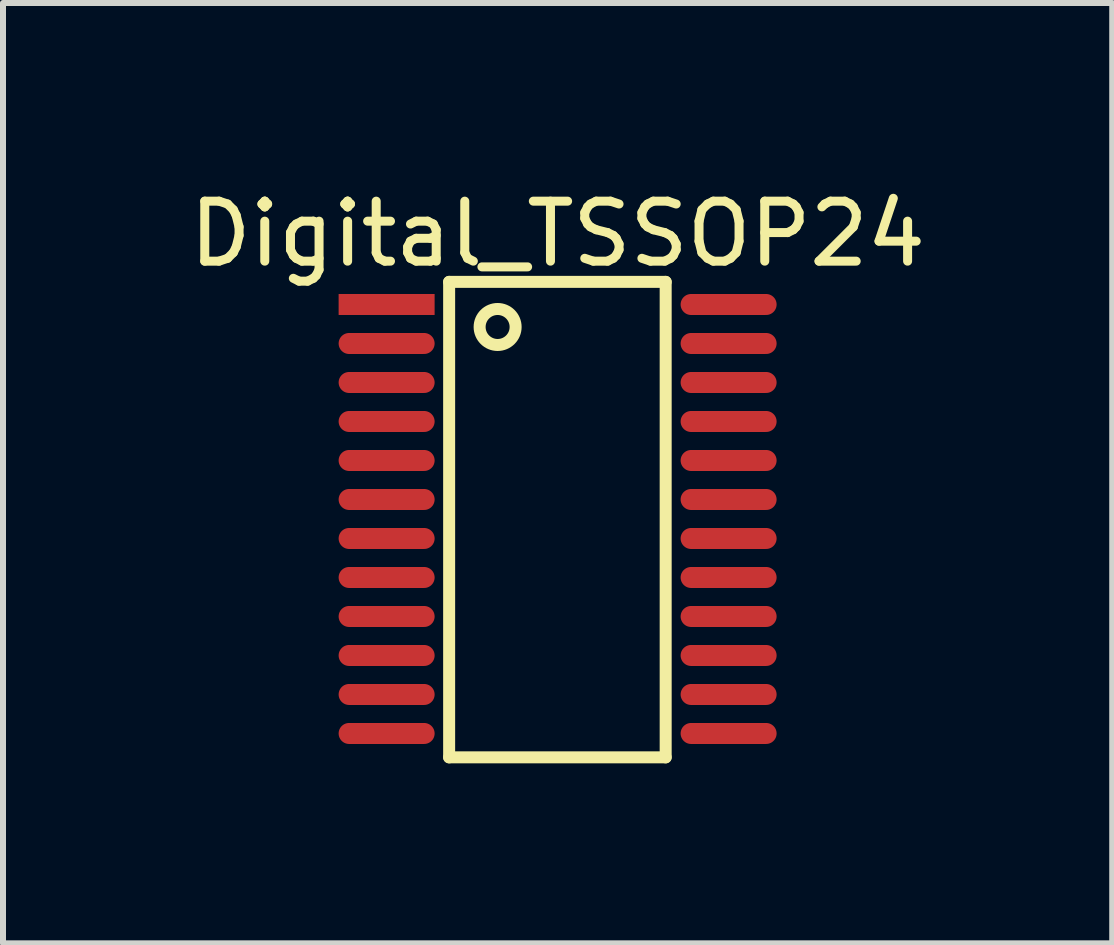
<source format=kicad_pcb>
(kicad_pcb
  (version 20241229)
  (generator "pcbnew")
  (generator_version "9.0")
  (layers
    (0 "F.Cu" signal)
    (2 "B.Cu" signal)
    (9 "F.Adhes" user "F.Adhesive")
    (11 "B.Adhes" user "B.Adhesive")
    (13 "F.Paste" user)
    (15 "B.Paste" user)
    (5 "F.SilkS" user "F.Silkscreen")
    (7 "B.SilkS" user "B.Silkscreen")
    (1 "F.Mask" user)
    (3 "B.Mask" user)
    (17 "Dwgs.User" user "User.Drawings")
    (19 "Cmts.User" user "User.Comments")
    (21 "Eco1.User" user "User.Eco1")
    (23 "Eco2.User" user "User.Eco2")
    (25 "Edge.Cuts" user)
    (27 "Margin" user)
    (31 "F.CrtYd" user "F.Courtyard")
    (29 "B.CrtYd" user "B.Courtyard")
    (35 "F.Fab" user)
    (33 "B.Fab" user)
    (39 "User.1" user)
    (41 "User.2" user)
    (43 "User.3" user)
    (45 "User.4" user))
  (footprint "Digital_TSSOP24"
    (layer "F.Cu")
    (at 6.244 5.6)
    (property "Reference" "Digital_TSSOP24" (at 0 -4.752 0) (layer "F.SilkS") (effects (font (size 1 1) (thickness 0.15))))
    (fp_line (start -1.808 -3.952) (end 1.801 -3.952) (stroke (width 0.2) (type solid)) (layer "F.SilkS"))
    (fp_line (start -1.808 3.973) (end -1.808 -3.952) (stroke (width 0.2) (type solid)) (layer "F.SilkS"))
    (fp_line (start -1.808 3.973) (end 1.801 3.973) (stroke (width 0.2) (type solid)) (layer "F.SilkS"))
    (fp_line (start 1.801 3.973) (end 1.801 -3.952) (stroke (width 0.2) (type solid)) (layer "F.SilkS"))
    (fp_circle (center -1 -3.2) (end -1 -3.5) (stroke (width 0.2) (type solid)) (fill no) (layer "F.SilkS"))
    (pad "1" smd rect (at -2.85 -3.575 90) (size 0.35 1.6) (layers "F.Cu" "F.Mask" "F.Paste"))
    (pad "2" smd oval (at -2.85 -2.925 90) (size 0.35 1.6) (layers "F.Cu" "F.Mask" "F.Paste"))
    (pad "3" smd oval (at -2.85 -2.275 90) (size 0.35 1.6) (layers "F.Cu" "F.Mask" "F.Paste"))
    (pad "4" smd oval (at -2.85 -1.625 90) (size 0.35 1.6) (layers "F.Cu" "F.Mask" "F.Paste"))
    (pad "5" smd oval (at -2.85 -0.975 90) (size 0.35 1.6) (layers "F.Cu" "F.Mask" "F.Paste"))
    (pad "6" smd oval (at -2.85 -0.325 90) (size 0.35 1.6) (layers "F.Cu" "F.Mask" "F.Paste"))
    (pad "7" smd oval (at -2.85 0.325 90) (size 0.35 1.6) (layers "F.Cu" "F.Mask" "F.Paste"))
    (pad "8" smd oval (at -2.85 0.975 90) (size 0.35 1.6) (layers "F.Cu" "F.Mask" "F.Paste"))
    (pad "9" smd oval (at -2.85 1.625 90) (size 0.35 1.6) (layers "F.Cu" "F.Mask" "F.Paste"))
    (pad "10" smd oval (at -2.85 2.275 90) (size 0.35 1.6) (layers "F.Cu" "F.Mask" "F.Paste"))
    (pad "11" smd oval (at -2.85 2.925 90) (size 0.35 1.6) (layers "F.Cu" "F.Mask" "F.Paste"))
    (pad "12" smd oval (at -2.85 3.575 90) (size 0.35 1.6) (layers "F.Cu" "F.Mask" "F.Paste"))
    (pad "13" smd oval (at 2.85 3.575 90) (size 0.35 1.6) (layers "F.Cu" "F.Mask" "F.Paste"))
    (pad "14" smd oval (at 2.85 2.925 90) (size 0.35 1.6) (layers "F.Cu" "F.Mask" "F.Paste"))
    (pad "15" smd oval (at 2.85 2.275 90) (size 0.35 1.6) (layers "F.Cu" "F.Mask" "F.Paste"))
    (pad "16" smd oval (at 2.85 1.625 90) (size 0.35 1.6) (layers "F.Cu" "F.Mask" "F.Paste"))
    (pad "17" smd oval (at 2.85 0.975 90) (size 0.35 1.6) (layers "F.Cu" "F.Mask" "F.Paste"))
    (pad "18" smd oval (at 2.85 0.325 90) (size 0.35 1.6) (layers "F.Cu" "F.Mask" "F.Paste"))
    (pad "19" smd oval (at 2.85 -0.325 90) (size 0.35 1.6) (layers "F.Cu" "F.Mask" "F.Paste"))
    (pad "20" smd oval (at 2.85 -0.975 90) (size 0.35 1.6) (layers "F.Cu" "F.Mask" "F.Paste"))
    (pad "21" smd oval (at 2.85 -1.625 90) (size 0.35 1.6) (layers "F.Cu" "F.Mask" "F.Paste"))
    (pad "22" smd oval (at 2.85 -2.275 90) (size 0.35 1.6) (layers "F.Cu" "F.Mask" "F.Paste"))
    (pad "23" smd oval (at 2.85 -2.925 90) (size 0.35 1.6) (layers "F.Cu" "F.Mask" "F.Paste"))
    (pad "24" smd oval (at 2.85 -3.575 90) (size 0.35 1.6) (layers "F.Cu" "F.Mask" "F.Paste")))
  (gr_rect
    (start -3 -3)
    (end 15.488 12.673)
    (stroke (width 0.1) (type default))
    (fill no)
    (layer "Edge.Cuts")))
</source>
